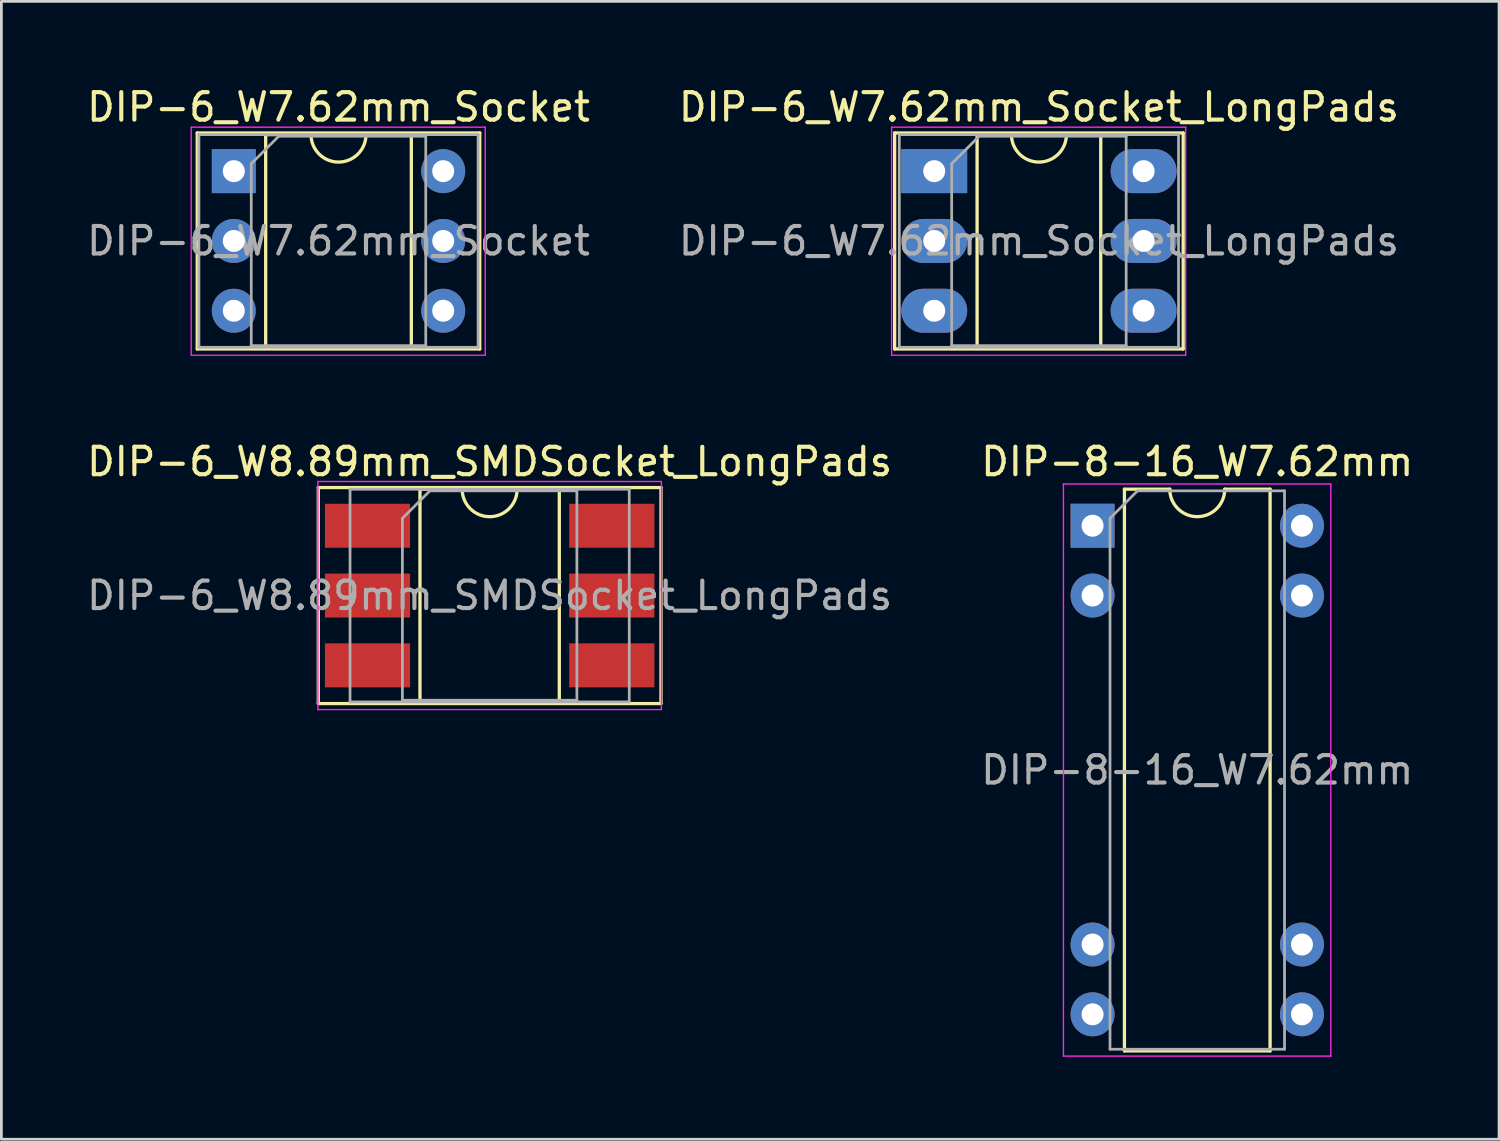
<source format=kicad_pcb>
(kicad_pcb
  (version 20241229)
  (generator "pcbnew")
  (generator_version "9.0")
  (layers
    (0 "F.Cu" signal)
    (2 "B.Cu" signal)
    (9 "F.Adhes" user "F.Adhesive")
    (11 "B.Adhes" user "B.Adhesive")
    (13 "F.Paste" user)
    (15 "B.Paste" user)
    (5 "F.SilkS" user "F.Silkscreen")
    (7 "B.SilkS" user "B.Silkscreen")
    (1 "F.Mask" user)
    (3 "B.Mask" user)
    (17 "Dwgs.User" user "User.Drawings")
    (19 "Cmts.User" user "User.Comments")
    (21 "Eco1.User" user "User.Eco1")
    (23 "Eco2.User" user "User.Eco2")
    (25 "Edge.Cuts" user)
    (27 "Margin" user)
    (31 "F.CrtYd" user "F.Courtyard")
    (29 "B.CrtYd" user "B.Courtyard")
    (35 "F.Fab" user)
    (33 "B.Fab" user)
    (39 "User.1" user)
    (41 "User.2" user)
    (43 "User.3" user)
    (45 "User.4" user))
  (footprint "DIP-6_W7.62mm_Socket_LongPads"
    (layer "F.Cu")
    (at 30.946 3.178)
    (property "Reference" "DIP-6_W7.62mm_Socket_LongPads" (at 3.81 -2.33 0) (layer "F.SilkS") (effects (font (size 1 1) (thickness 0.15))))
    (attr through_hole)
    (fp_line (start -1.44 -1.39) (end -1.44 6.47) (stroke (width 0.12) (type solid)) (layer "F.SilkS"))
    (fp_line (start -1.44 6.47) (end 9.06 6.47) (stroke (width 0.12) (type solid)) (layer "F.SilkS"))
    (fp_line (start 1.56 -1.33) (end 1.56 6.41) (stroke (width 0.12) (type solid)) (layer "F.SilkS"))
    (fp_line (start 1.56 6.41) (end 6.06 6.41) (stroke (width 0.12) (type solid)) (layer "F.SilkS"))
    (fp_line (start 2.81 -1.33) (end 1.56 -1.33) (stroke (width 0.12) (type solid)) (layer "F.SilkS"))
    (fp_line (start 6.06 -1.33) (end 4.81 -1.33) (stroke (width 0.12) (type solid)) (layer "F.SilkS"))
    (fp_line (start 6.06 6.41) (end 6.06 -1.33) (stroke (width 0.12) (type solid)) (layer "F.SilkS"))
    (fp_line (start 9.06 -1.39) (end -1.44 -1.39) (stroke (width 0.12) (type solid)) (layer "F.SilkS"))
    (fp_line (start 9.06 6.47) (end 9.06 -1.39) (stroke (width 0.12) (type solid)) (layer "F.SilkS"))
    (fp_arc (start 4.81 -1.33) (mid 3.81 -0.33) (end 2.81 -1.33) (stroke (width 0.12) (type solid)) (layer "F.SilkS"))
    (fp_line (start -1.55 -1.6) (end -1.55 6.7) (stroke (width 0.05) (type solid)) (layer "F.CrtYd"))
    (fp_line (start -1.55 6.7) (end 9.15 6.7) (stroke (width 0.05) (type solid)) (layer "F.CrtYd"))
    (fp_line (start 9.15 -1.6) (end -1.55 -1.6) (stroke (width 0.05) (type solid)) (layer "F.CrtYd"))
    (fp_line (start 9.15 6.7) (end 9.15 -1.6) (stroke (width 0.05) (type solid)) (layer "F.CrtYd"))
    (fp_line (start -1.27 -1.33) (end -1.27 6.41) (stroke (width 0.1) (type solid)) (layer "F.Fab"))
    (fp_line (start -1.27 6.41) (end 8.89 6.41) (stroke (width 0.1) (type solid)) (layer "F.Fab"))
    (fp_line (start 0.635 -0.27) (end 1.635 -1.27) (stroke (width 0.1) (type solid)) (layer "F.Fab"))
    (fp_line (start 0.635 6.35) (end 0.635 -0.27) (stroke (width 0.1) (type solid)) (layer "F.Fab"))
    (fp_line (start 1.635 -1.27) (end 6.985 -1.27) (stroke (width 0.1) (type solid)) (layer "F.Fab"))
    (fp_line (start 6.985 -1.27) (end 6.985 6.35) (stroke (width 0.1) (type solid)) (layer "F.Fab"))
    (fp_line (start 6.985 6.35) (end 0.635 6.35) (stroke (width 0.1) (type solid)) (layer "F.Fab"))
    (fp_line (start 8.89 -1.33) (end -1.27 -1.33) (stroke (width 0.1) (type solid)) (layer "F.Fab"))
    (fp_line (start 8.89 6.41) (end 8.89 -1.33) (stroke (width 0.1) (type solid)) (layer "F.Fab"))
    (fp_text user "${REFERENCE}" (at 3.81 2.54 0) (layer "F.Fab") (effects (font (size 1 1) (thickness 0.15))))
    (pad "1" thru_hole rect (at 0 0) (size 2.4 1.6) (drill 0.8) (layers "*.Cu" "*.Mask"))
    (pad "2" thru_hole oval (at 0 2.54) (size 2.4 1.6) (drill 0.8) (layers "*.Cu" "*.Mask"))
    (pad "3" thru_hole oval (at 0 5.08) (size 2.4 1.6) (drill 0.8) (layers "*.Cu" "*.Mask"))
    (pad "4" thru_hole oval (at 7.62 5.08) (size 2.4 1.6) (drill 0.8) (layers "*.Cu" "*.Mask"))
    (pad "5" thru_hole oval (at 7.62 2.54) (size 2.4 1.6) (drill 0.8) (layers "*.Cu" "*.Mask"))
    (pad "6" thru_hole oval (at 7.62 0) (size 2.4 1.6) (drill 0.8) (layers "*.Cu" "*.Mask")))
  (footprint "DIP-6_W8.89mm_SMDSocket_LongPads"
    (layer "F.Cu")
    (at 14.768 18.622)
    (property "Reference" "DIP-6_W8.89mm_SMDSocket_LongPads" (at 0 -4.87 0) (layer "F.SilkS") (effects (font (size 1 1) (thickness 0.15))))
    (attr smd)
    (fp_line (start -6.235 -3.93) (end -6.235 3.93) (stroke (width 0.12) (type solid)) (layer "F.SilkS"))
    (fp_line (start -6.235 3.93) (end 6.235 3.93) (stroke (width 0.12) (type solid)) (layer "F.SilkS"))
    (fp_line (start -2.535 -3.87) (end -2.535 3.87) (stroke (width 0.12) (type solid)) (layer "F.SilkS"))
    (fp_line (start -2.535 3.87) (end 2.535 3.87) (stroke (width 0.12) (type solid)) (layer "F.SilkS"))
    (fp_line (start -1 -3.87) (end -2.535 -3.87) (stroke (width 0.12) (type solid)) (layer "F.SilkS"))
    (fp_line (start 2.535 -3.87) (end 1 -3.87) (stroke (width 0.12) (type solid)) (layer "F.SilkS"))
    (fp_line (start 2.535 3.87) (end 2.535 -3.87) (stroke (width 0.12) (type solid)) (layer "F.SilkS"))
    (fp_line (start 6.235 -3.93) (end -6.235 -3.93) (stroke (width 0.12) (type solid)) (layer "F.SilkS"))
    (fp_line (start 6.235 3.93) (end 6.235 -3.93) (stroke (width 0.12) (type solid)) (layer "F.SilkS"))
    (fp_arc (start 1 -3.87) (mid 0 -2.87) (end -1 -3.87) (stroke (width 0.12) (type solid)) (layer "F.SilkS"))
    (fp_line (start -6.25 -4.15) (end -6.25 4.15) (stroke (width 0.05) (type solid)) (layer "F.CrtYd"))
    (fp_line (start -6.25 4.15) (end 6.25 4.15) (stroke (width 0.05) (type solid)) (layer "F.CrtYd"))
    (fp_line (start 6.25 -4.15) (end -6.25 -4.15) (stroke (width 0.05) (type solid)) (layer "F.CrtYd"))
    (fp_line (start 6.25 4.15) (end 6.25 -4.15) (stroke (width 0.05) (type solid)) (layer "F.CrtYd"))
    (fp_line (start -5.08 -3.87) (end -5.08 3.87) (stroke (width 0.1) (type solid)) (layer "F.Fab"))
    (fp_line (start -5.08 3.87) (end 5.08 3.87) (stroke (width 0.1) (type solid)) (layer "F.Fab"))
    (fp_line (start -3.175 -2.81) (end -2.175 -3.81) (stroke (width 0.1) (type solid)) (layer "F.Fab"))
    (fp_line (start -3.175 3.81) (end -3.175 -2.81) (stroke (width 0.1) (type solid)) (layer "F.Fab"))
    (fp_line (start -2.175 -3.81) (end 3.175 -3.81) (stroke (width 0.1) (type solid)) (layer "F.Fab"))
    (fp_line (start 3.175 -3.81) (end 3.175 3.81) (stroke (width 0.1) (type solid)) (layer "F.Fab"))
    (fp_line (start 3.175 3.81) (end -3.175 3.81) (stroke (width 0.1) (type solid)) (layer "F.Fab"))
    (fp_line (start 5.08 -3.87) (end -5.08 -3.87) (stroke (width 0.1) (type solid)) (layer "F.Fab"))
    (fp_line (start 5.08 3.87) (end 5.08 -3.87) (stroke (width 0.1) (type solid)) (layer "F.Fab"))
    (fp_text user "${REFERENCE}" (at 0 0 0) (layer "F.Fab") (effects (font (size 1 1) (thickness 0.15))))
    (pad "1" smd rect (at -4.445 -2.54) (size 3.1 1.6) (layers "F.Cu" "F.Mask" "F.Paste"))
    (pad "2" smd rect (at -4.445 0) (size 3.1 1.6) (layers "F.Cu" "F.Mask" "F.Paste"))
    (pad "3" smd rect (at -4.445 2.54) (size 3.1 1.6) (layers "F.Cu" "F.Mask" "F.Paste"))
    (pad "4" smd rect (at 4.445 2.54) (size 3.1 1.6) (layers "F.Cu" "F.Mask" "F.Paste"))
    (pad "5" smd rect (at 4.445 0) (size 3.1 1.6) (layers "F.Cu" "F.Mask" "F.Paste"))
    (pad "6" smd rect (at 4.445 -2.54) (size 3.1 1.6) (layers "F.Cu" "F.Mask" "F.Paste")))
  (footprint "DIP-6_W7.62mm_Socket"
    (layer "F.Cu")
    (at 5.458 3.178)
    (property "Reference" "DIP-6_W7.62mm_Socket" (at 3.81 -2.33 0) (layer "F.SilkS") (effects (font (size 1 1) (thickness 0.15))))
    (attr through_hole)
    (fp_line (start -1.33 -1.39) (end -1.33 6.47) (stroke (width 0.12) (type solid)) (layer "F.SilkS"))
    (fp_line (start -1.33 6.47) (end 8.95 6.47) (stroke (width 0.12) (type solid)) (layer "F.SilkS"))
    (fp_line (start 1.16 -1.33) (end 1.16 6.41) (stroke (width 0.12) (type solid)) (layer "F.SilkS"))
    (fp_line (start 1.16 6.41) (end 6.46 6.41) (stroke (width 0.12) (type solid)) (layer "F.SilkS"))
    (fp_line (start 2.81 -1.33) (end 1.16 -1.33) (stroke (width 0.12) (type solid)) (layer "F.SilkS"))
    (fp_line (start 6.46 -1.33) (end 4.81 -1.33) (stroke (width 0.12) (type solid)) (layer "F.SilkS"))
    (fp_line (start 6.46 6.41) (end 6.46 -1.33) (stroke (width 0.12) (type solid)) (layer "F.SilkS"))
    (fp_line (start 8.95 -1.39) (end -1.33 -1.39) (stroke (width 0.12) (type solid)) (layer "F.SilkS"))
    (fp_line (start 8.95 6.47) (end 8.95 -1.39) (stroke (width 0.12) (type solid)) (layer "F.SilkS"))
    (fp_arc (start 4.81 -1.33) (mid 3.81 -0.33) (end 2.81 -1.33) (stroke (width 0.12) (type solid)) (layer "F.SilkS"))
    (fp_line (start -1.55 -1.6) (end -1.55 6.7) (stroke (width 0.05) (type solid)) (layer "F.CrtYd"))
    (fp_line (start -1.55 6.7) (end 9.15 6.7) (stroke (width 0.05) (type solid)) (layer "F.CrtYd"))
    (fp_line (start 9.15 -1.6) (end -1.55 -1.6) (stroke (width 0.05) (type solid)) (layer "F.CrtYd"))
    (fp_line (start 9.15 6.7) (end 9.15 -1.6) (stroke (width 0.05) (type solid)) (layer "F.CrtYd"))
    (fp_line (start -1.27 -1.33) (end -1.27 6.41) (stroke (width 0.1) (type solid)) (layer "F.Fab"))
    (fp_line (start -1.27 6.41) (end 8.89 6.41) (stroke (width 0.1) (type solid)) (layer "F.Fab"))
    (fp_line (start 0.635 -0.27) (end 1.635 -1.27) (stroke (width 0.1) (type solid)) (layer "F.Fab"))
    (fp_line (start 0.635 6.35) (end 0.635 -0.27) (stroke (width 0.1) (type solid)) (layer "F.Fab"))
    (fp_line (start 1.635 -1.27) (end 6.985 -1.27) (stroke (width 0.1) (type solid)) (layer "F.Fab"))
    (fp_line (start 6.985 -1.27) (end 6.985 6.35) (stroke (width 0.1) (type solid)) (layer "F.Fab"))
    (fp_line (start 6.985 6.35) (end 0.635 6.35) (stroke (width 0.1) (type solid)) (layer "F.Fab"))
    (fp_line (start 8.89 -1.33) (end -1.27 -1.33) (stroke (width 0.1) (type solid)) (layer "F.Fab"))
    (fp_line (start 8.89 6.41) (end 8.89 -1.33) (stroke (width 0.1) (type solid)) (layer "F.Fab"))
    (fp_text user "${REFERENCE}" (at 3.81 2.54 0) (layer "F.Fab") (effects (font (size 1 1) (thickness 0.15))))
    (pad "1" thru_hole rect (at 0 0) (size 1.6 1.6) (drill 0.8) (layers "*.Cu" "*.Mask"))
    (pad "2" thru_hole oval (at 0 2.54) (size 1.6 1.6) (drill 0.8) (layers "*.Cu" "*.Mask"))
    (pad "3" thru_hole oval (at 0 5.08) (size 1.6 1.6) (drill 0.8) (layers "*.Cu" "*.Mask"))
    (pad "4" thru_hole oval (at 7.62 5.08) (size 1.6 1.6) (drill 0.8) (layers "*.Cu" "*.Mask"))
    (pad "5" thru_hole oval (at 7.62 2.54) (size 1.6 1.6) (drill 0.8) (layers "*.Cu" "*.Mask"))
    (pad "6" thru_hole oval (at 7.62 0) (size 1.6 1.6) (drill 0.8) (layers "*.Cu" "*.Mask")))
  (footprint "DIP-8-16_W7.62mm"
    (layer "F.Cu")
    (at 36.708 16.081)
    (property "Reference" "DIP-8-16_W7.62mm" (at 3.81 -2.33 0) (layer "F.SilkS") (effects (font (size 1 1) (thickness 0.15))))
    (attr through_hole)
    (fp_line (start 1.16 -1.33) (end 1.16 19.11) (stroke (width 0.12) (type solid)) (layer "F.SilkS"))
    (fp_line (start 1.16 19.11) (end 6.46 19.11) (stroke (width 0.12) (type solid)) (layer "F.SilkS"))
    (fp_line (start 2.81 -1.33) (end 1.16 -1.33) (stroke (width 0.12) (type solid)) (layer "F.SilkS"))
    (fp_line (start 6.46 -1.33) (end 4.81 -1.33) (stroke (width 0.12) (type solid)) (layer "F.SilkS"))
    (fp_line (start 6.46 19.11) (end 6.46 -1.33) (stroke (width 0.12) (type solid)) (layer "F.SilkS"))
    (fp_arc (start 4.81 -1.33) (mid 3.81 -0.33) (end 2.81 -1.33) (stroke (width 0.12) (type solid)) (layer "F.SilkS"))
    (fp_line (start -1.06 -1.52) (end -1.06 19.3) (stroke (width 0.05) (type solid)) (layer "F.CrtYd"))
    (fp_line (start -1.06 19.3) (end 8.67 19.3) (stroke (width 0.05) (type solid)) (layer "F.CrtYd"))
    (fp_line (start 8.67 -1.52) (end -1.06 -1.52) (stroke (width 0.05) (type solid)) (layer "F.CrtYd"))
    (fp_line (start 8.67 19.3) (end 8.67 -1.52) (stroke (width 0.05) (type solid)) (layer "F.CrtYd"))
    (fp_line (start 0.635 -0.27) (end 1.635 -1.27) (stroke (width 0.1) (type solid)) (layer "F.Fab"))
    (fp_line (start 0.635 19.05) (end 0.635 -0.27) (stroke (width 0.1) (type solid)) (layer "F.Fab"))
    (fp_line (start 1.635 -1.27) (end 6.985 -1.27) (stroke (width 0.1) (type solid)) (layer "F.Fab"))
    (fp_line (start 6.985 -1.27) (end 6.985 19.05) (stroke (width 0.1) (type solid)) (layer "F.Fab"))
    (fp_line (start 6.985 19.05) (end 0.635 19.05) (stroke (width 0.1) (type solid)) (layer "F.Fab"))
    (fp_text user "${REFERENCE}" (at 3.81 8.89 0) (layer "F.Fab") (effects (font (size 1 1) (thickness 0.15))))
    (pad "1" thru_hole rect (at 0 0) (size 1.6 1.6) (drill 0.8) (layers "*.Cu" "*.Mask"))
    (pad "2" thru_hole circle (at 0 2.54) (size 1.6 1.6) (drill 0.8) (layers "*.Cu" "*.Mask"))
    (pad "3" thru_hole circle (at 0 15.24) (size 1.6 1.6) (drill 0.8) (layers "*.Cu" "*.Mask"))
    (pad "4" thru_hole circle (at 0 17.78) (size 1.6 1.6) (drill 0.8) (layers "*.Cu" "*.Mask"))
    (pad "5" thru_hole circle (at 7.62 17.78) (size 1.6 1.6) (drill 0.8) (layers "*.Cu" "*.Mask"))
    (pad "6" thru_hole circle (at 7.62 15.24) (size 1.6 1.6) (drill 0.8) (layers "*.Cu" "*.Mask"))
    (pad "7" thru_hole circle (at 7.62 2.54) (size 1.6 1.6) (drill 0.8) (layers "*.Cu" "*.Mask"))
    (pad "8" thru_hole circle (at 7.62 0) (size 1.6 1.6) (drill 0.8) (layers "*.Cu" "*.Mask")))
  (gr_rect
    (start -3 -3)
    (end 51.5 38.407)
    (stroke (width 0.1) (type default))
    (fill no)
    (layer "Edge.Cuts")))
</source>
